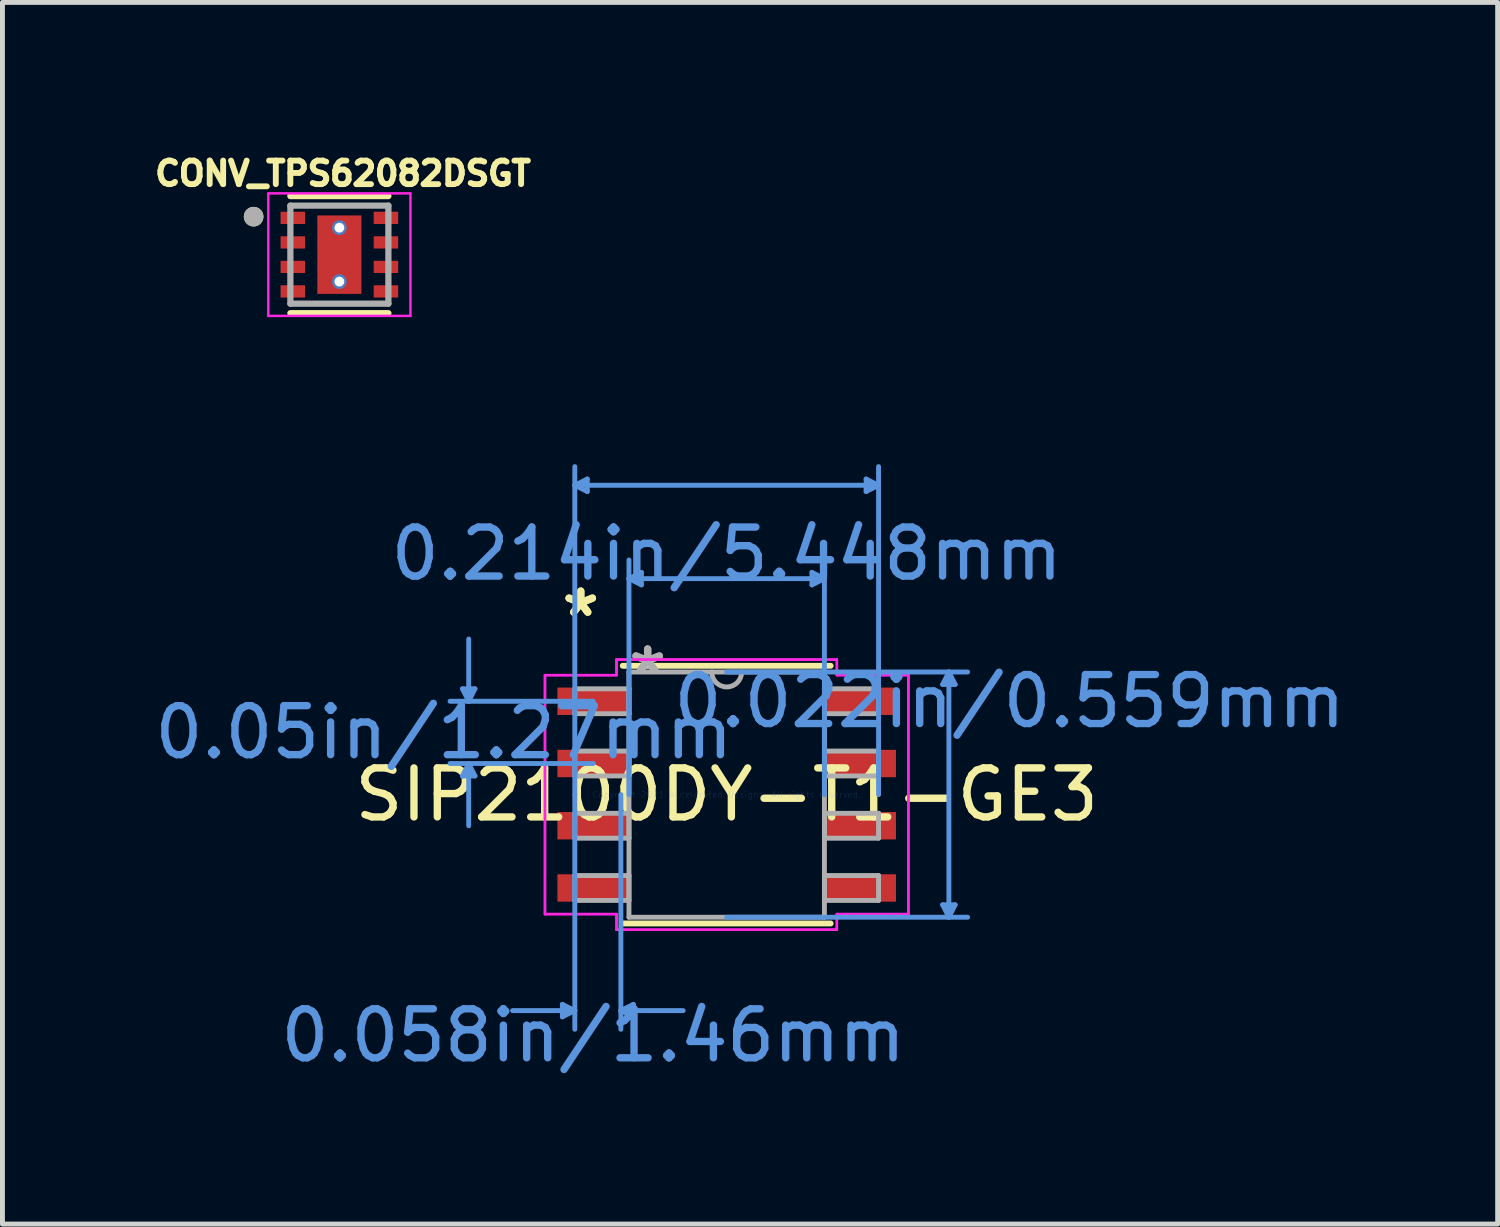
<source format=kicad_pcb>
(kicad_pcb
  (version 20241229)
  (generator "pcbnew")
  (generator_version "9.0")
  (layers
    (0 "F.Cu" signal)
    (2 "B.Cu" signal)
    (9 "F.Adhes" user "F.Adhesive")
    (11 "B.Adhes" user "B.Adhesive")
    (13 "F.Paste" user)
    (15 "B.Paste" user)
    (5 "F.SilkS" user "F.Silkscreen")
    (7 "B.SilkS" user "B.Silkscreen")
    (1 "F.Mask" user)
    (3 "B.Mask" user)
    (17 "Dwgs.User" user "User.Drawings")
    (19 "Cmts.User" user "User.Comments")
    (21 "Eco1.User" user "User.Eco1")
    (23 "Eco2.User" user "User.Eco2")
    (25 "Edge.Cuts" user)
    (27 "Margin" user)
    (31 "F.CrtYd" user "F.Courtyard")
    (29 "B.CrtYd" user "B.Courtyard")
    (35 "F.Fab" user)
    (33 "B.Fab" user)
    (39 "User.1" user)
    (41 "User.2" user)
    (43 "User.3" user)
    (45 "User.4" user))
  (footprint "SIP2100DY-T1-GE3"
    (layer "F.Cu")
    (at 11.778 13.164)
    (property "Reference" "SIP2100DY-T1-GE3" (at 0 0 0) (layer "F.SilkS") (effects (font (size 1 1) (thickness 0.15))))
    (attr through_hole)
    (fp_line (start -2.121 2.629) (end 2.121 2.629) (stroke (width 0.12) (type solid)) (layer "F.SilkS"))
    (fp_line (start 2.121 -2.629) (end -2.121 -2.629) (stroke (width 0.12) (type solid)) (layer "F.SilkS"))
    (fp_line (start -5.391 -2.159) (end -5.137 -2.159) (stroke (width 0.1) (type solid)) (layer "Cmts.User"))
    (fp_line (start -5.391 -0.381) (end -5.137 -0.381) (stroke (width 0.1) (type solid)) (layer "Cmts.User"))
    (fp_line (start -5.264 -1.905) (end -5.391 -2.159) (stroke (width 0.1) (type solid)) (layer "Cmts.User"))
    (fp_line (start -5.264 -1.905) (end -5.264 -3.175) (stroke (width 0.1) (type solid)) (layer "Cmts.User"))
    (fp_line (start -5.264 -1.905) (end -5.137 -2.159) (stroke (width 0.1) (type solid)) (layer "Cmts.User"))
    (fp_line (start -5.264 -0.635) (end -5.391 -0.381) (stroke (width 0.1) (type solid)) (layer "Cmts.User"))
    (fp_line (start -5.264 -0.635) (end -5.264 0.635) (stroke (width 0.1) (type solid)) (layer "Cmts.User"))
    (fp_line (start -5.264 -0.635) (end -5.137 -0.381) (stroke (width 0.1) (type solid)) (layer "Cmts.User"))
    (fp_line (start -3.353 4.28) (end -3.353 4.534) (stroke (width 0.1) (type solid)) (layer "Cmts.User"))
    (fp_line (start -3.099 -6.312) (end -2.845 -6.439) (stroke (width 0.1) (type solid)) (layer "Cmts.User"))
    (fp_line (start -3.099 -6.312) (end -2.845 -6.185) (stroke (width 0.1) (type solid)) (layer "Cmts.User"))
    (fp_line (start -3.099 -6.312) (end 3.099 -6.312) (stroke (width 0.1) (type solid)) (layer "Cmts.User"))
    (fp_line (start -3.099 0) (end -3.099 -6.693) (stroke (width 0.1) (type solid)) (layer "Cmts.User"))
    (fp_line (start -3.099 0) (end -3.099 4.788) (stroke (width 0.1) (type solid)) (layer "Cmts.User"))
    (fp_line (start -3.099 4.407) (end -4.369 4.407) (stroke (width 0.1) (type solid)) (layer "Cmts.User"))
    (fp_line (start -3.099 4.407) (end -3.353 4.28) (stroke (width 0.1) (type solid)) (layer "Cmts.User"))
    (fp_line (start -3.099 4.407) (end -3.353 4.534) (stroke (width 0.1) (type solid)) (layer "Cmts.User"))
    (fp_line (start -2.845 -6.439) (end -2.845 -6.185) (stroke (width 0.1) (type solid)) (layer "Cmts.User"))
    (fp_line (start -2.724 -1.905) (end -5.645 -1.905) (stroke (width 0.1) (type solid)) (layer "Cmts.User"))
    (fp_line (start -2.724 -0.635) (end -5.645 -0.635) (stroke (width 0.1) (type solid)) (layer "Cmts.User"))
    (fp_line (start -2.159 0) (end -2.159 4.788) (stroke (width 0.1) (type solid)) (layer "Cmts.User"))
    (fp_line (start -2.159 4.407) (end -1.905 4.28) (stroke (width 0.1) (type solid)) (layer "Cmts.User"))
    (fp_line (start -2.159 4.407) (end -1.905 4.534) (stroke (width 0.1) (type solid)) (layer "Cmts.User"))
    (fp_line (start -2.159 4.407) (end -0.889 4.407) (stroke (width 0.1) (type solid)) (layer "Cmts.User"))
    (fp_line (start -1.994 -4.407) (end -1.74 -4.534) (stroke (width 0.1) (type solid)) (layer "Cmts.User"))
    (fp_line (start -1.994 -4.407) (end -1.74 -4.28) (stroke (width 0.1) (type solid)) (layer "Cmts.User"))
    (fp_line (start -1.994 -4.407) (end 1.994 -4.407) (stroke (width 0.1) (type solid)) (layer "Cmts.User"))
    (fp_line (start -1.994 0) (end -1.994 -4.788) (stroke (width 0.1) (type solid)) (layer "Cmts.User"))
    (fp_line (start -1.905 4.28) (end -1.905 4.534) (stroke (width 0.1) (type solid)) (layer "Cmts.User"))
    (fp_line (start -1.74 -4.534) (end -1.74 -4.28) (stroke (width 0.1) (type solid)) (layer "Cmts.User"))
    (fp_line (start 0 -2.502) (end 4.915 -2.502) (stroke (width 0.1) (type solid)) (layer "Cmts.User"))
    (fp_line (start 0 2.502) (end 4.915 2.502) (stroke (width 0.1) (type solid)) (layer "Cmts.User"))
    (fp_line (start 1.74 -4.534) (end 1.74 -4.28) (stroke (width 0.1) (type solid)) (layer "Cmts.User"))
    (fp_line (start 1.994 -4.407) (end 1.74 -4.534) (stroke (width 0.1) (type solid)) (layer "Cmts.User"))
    (fp_line (start 1.994 -4.407) (end 1.74 -4.28) (stroke (width 0.1) (type solid)) (layer "Cmts.User"))
    (fp_line (start 1.994 0) (end 1.994 -4.788) (stroke (width 0.1) (type solid)) (layer "Cmts.User"))
    (fp_line (start 2.845 -6.439) (end 2.845 -6.185) (stroke (width 0.1) (type solid)) (layer "Cmts.User"))
    (fp_line (start 3.099 -6.312) (end 2.845 -6.439) (stroke (width 0.1) (type solid)) (layer "Cmts.User"))
    (fp_line (start 3.099 -6.312) (end 2.845 -6.185) (stroke (width 0.1) (type solid)) (layer "Cmts.User"))
    (fp_line (start 3.099 0) (end 3.099 -6.693) (stroke (width 0.1) (type solid)) (layer "Cmts.User"))
    (fp_line (start 4.407 -2.248) (end 4.661 -2.248) (stroke (width 0.1) (type solid)) (layer "Cmts.User"))
    (fp_line (start 4.407 2.248) (end 4.661 2.248) (stroke (width 0.1) (type solid)) (layer "Cmts.User"))
    (fp_line (start 4.534 -2.502) (end 4.407 -2.248) (stroke (width 0.1) (type solid)) (layer "Cmts.User"))
    (fp_line (start 4.534 -2.502) (end 4.534 2.502) (stroke (width 0.1) (type solid)) (layer "Cmts.User"))
    (fp_line (start 4.534 -2.502) (end 4.661 -2.248) (stroke (width 0.1) (type solid)) (layer "Cmts.User"))
    (fp_line (start 4.534 2.502) (end 4.407 2.248) (stroke (width 0.1) (type solid)) (layer "Cmts.User"))
    (fp_line (start 4.534 2.502) (end 4.661 2.248) (stroke (width 0.1) (type solid)) (layer "Cmts.User"))
    (fp_line (start -3.708 -2.438) (end -2.248 -2.438) (stroke (width 0.05) (type solid)) (layer "F.CrtYd"))
    (fp_line (start -3.708 -2.438) (end -2.248 -2.438) (stroke (width 0.05) (type solid)) (layer "F.CrtYd"))
    (fp_line (start -3.708 2.438) (end -3.708 -2.438) (stroke (width 0.05) (type solid)) (layer "F.CrtYd"))
    (fp_line (start -3.708 2.438) (end -3.708 -2.438) (stroke (width 0.05) (type solid)) (layer "F.CrtYd"))
    (fp_line (start -3.708 2.438) (end -2.248 2.438) (stroke (width 0.05) (type solid)) (layer "F.CrtYd"))
    (fp_line (start -2.248 -2.756) (end 2.248 -2.756) (stroke (width 0.05) (type solid)) (layer "F.CrtYd"))
    (fp_line (start -2.248 -2.756) (end 2.248 -2.756) (stroke (width 0.05) (type solid)) (layer "F.CrtYd"))
    (fp_line (start -2.248 -2.438) (end -2.248 -2.756) (stroke (width 0.05) (type solid)) (layer "F.CrtYd"))
    (fp_line (start -2.248 -2.438) (end -2.248 -2.756) (stroke (width 0.05) (type solid)) (layer "F.CrtYd"))
    (fp_line (start -2.248 2.438) (end -3.708 2.438) (stroke (width 0.05) (type solid)) (layer "F.CrtYd"))
    (fp_line (start -2.248 2.756) (end -2.248 2.438) (stroke (width 0.05) (type solid)) (layer "F.CrtYd"))
    (fp_line (start -2.248 2.756) (end -2.248 2.438) (stroke (width 0.05) (type solid)) (layer "F.CrtYd"))
    (fp_line (start 2.248 -2.756) (end 2.248 -2.438) (stroke (width 0.05) (type solid)) (layer "F.CrtYd"))
    (fp_line (start 2.248 -2.756) (end 2.248 -2.438) (stroke (width 0.05) (type solid)) (layer "F.CrtYd"))
    (fp_line (start 2.248 -2.438) (end 3.708 -2.438) (stroke (width 0.05) (type solid)) (layer "F.CrtYd"))
    (fp_line (start 2.248 2.438) (end 2.248 2.756) (stroke (width 0.05) (type solid)) (layer "F.CrtYd"))
    (fp_line (start 2.248 2.438) (end 2.248 2.756) (stroke (width 0.05) (type solid)) (layer "F.CrtYd"))
    (fp_line (start 2.248 2.756) (end -2.248 2.756) (stroke (width 0.05) (type solid)) (layer "F.CrtYd"))
    (fp_line (start 2.248 2.756) (end -2.248 2.756) (stroke (width 0.05) (type solid)) (layer "F.CrtYd"))
    (fp_line (start 3.708 -2.438) (end 2.248 -2.438) (stroke (width 0.05) (type solid)) (layer "F.CrtYd"))
    (fp_line (start 3.708 -2.438) (end 3.708 2.438) (stroke (width 0.05) (type solid)) (layer "F.CrtYd"))
    (fp_line (start 3.708 -2.438) (end 3.708 2.438) (stroke (width 0.05) (type solid)) (layer "F.CrtYd"))
    (fp_line (start 3.708 2.438) (end 2.248 2.438) (stroke (width 0.05) (type solid)) (layer "F.CrtYd"))
    (fp_line (start 3.708 2.438) (end 2.248 2.438) (stroke (width 0.05) (type solid)) (layer "F.CrtYd"))
    (fp_line (start -3.099 -2.159) (end -3.099 -1.651) (stroke (width 0.1) (type solid)) (layer "F.Fab"))
    (fp_line (start -3.099 -1.651) (end -1.994 -1.651) (stroke (width 0.1) (type solid)) (layer "F.Fab"))
    (fp_line (start -3.099 -0.889) (end -3.099 -0.381) (stroke (width 0.1) (type solid)) (layer "F.Fab"))
    (fp_line (start -3.099 -0.381) (end -1.994 -0.381) (stroke (width 0.1) (type solid)) (layer "F.Fab"))
    (fp_line (start -3.099 0.381) (end -3.099 0.889) (stroke (width 0.1) (type solid)) (layer "F.Fab"))
    (fp_line (start -3.099 0.889) (end -1.994 0.889) (stroke (width 0.1) (type solid)) (layer "F.Fab"))
    (fp_line (start -3.099 1.651) (end -3.099 2.159) (stroke (width 0.1) (type solid)) (layer "F.Fab"))
    (fp_line (start -3.099 2.159) (end -1.994 2.159) (stroke (width 0.1) (type solid)) (layer "F.Fab"))
    (fp_line (start -1.994 -2.502) (end -1.994 2.502) (stroke (width 0.1) (type solid)) (layer "F.Fab"))
    (fp_line (start -1.994 -2.159) (end -3.099 -2.159) (stroke (width 0.1) (type solid)) (layer "F.Fab"))
    (fp_line (start -1.994 -1.651) (end -1.994 -2.159) (stroke (width 0.1) (type solid)) (layer "F.Fab"))
    (fp_line (start -1.994 -0.889) (end -3.099 -0.889) (stroke (width 0.1) (type solid)) (layer "F.Fab"))
    (fp_line (start -1.994 -0.381) (end -1.994 -0.889) (stroke (width 0.1) (type solid)) (layer "F.Fab"))
    (fp_line (start -1.994 0.381) (end -3.099 0.381) (stroke (width 0.1) (type solid)) (layer "F.Fab"))
    (fp_line (start -1.994 0.889) (end -1.994 0.381) (stroke (width 0.1) (type solid)) (layer "F.Fab"))
    (fp_line (start -1.994 1.651) (end -3.099 1.651) (stroke (width 0.1) (type solid)) (layer "F.Fab"))
    (fp_line (start -1.994 2.159) (end -1.994 1.651) (stroke (width 0.1) (type solid)) (layer "F.Fab"))
    (fp_line (start -1.994 2.502) (end 1.994 2.502) (stroke (width 0.1) (type solid)) (layer "F.Fab"))
    (fp_line (start 1.994 -2.502) (end -1.994 -2.502) (stroke (width 0.1) (type solid)) (layer "F.Fab"))
    (fp_line (start 1.994 -2.159) (end 1.994 -1.651) (stroke (width 0.1) (type solid)) (layer "F.Fab"))
    (fp_line (start 1.994 -1.651) (end 3.099 -1.651) (stroke (width 0.1) (type solid)) (layer "F.Fab"))
    (fp_line (start 1.994 -0.889) (end 1.994 -0.381) (stroke (width 0.1) (type solid)) (layer "F.Fab"))
    (fp_line (start 1.994 -0.381) (end 3.099 -0.381) (stroke (width 0.1) (type solid)) (layer "F.Fab"))
    (fp_line (start 1.994 0.381) (end 1.994 0.889) (stroke (width 0.1) (type solid)) (layer "F.Fab"))
    (fp_line (start 1.994 0.889) (end 3.099 0.889) (stroke (width 0.1) (type solid)) (layer "F.Fab"))
    (fp_line (start 1.994 1.651) (end 1.994 2.159) (stroke (width 0.1) (type solid)) (layer "F.Fab"))
    (fp_line (start 1.994 2.159) (end 3.099 2.159) (stroke (width 0.1) (type solid)) (layer "F.Fab"))
    (fp_line (start 1.994 2.502) (end 1.994 -2.502) (stroke (width 0.1) (type solid)) (layer "F.Fab"))
    (fp_line (start 3.099 -2.159) (end 1.994 -2.159) (stroke (width 0.1) (type solid)) (layer "F.Fab"))
    (fp_line (start 3.099 -1.651) (end 3.099 -2.159) (stroke (width 0.1) (type solid)) (layer "F.Fab"))
    (fp_line (start 3.099 -0.889) (end 1.994 -0.889) (stroke (width 0.1) (type solid)) (layer "F.Fab"))
    (fp_line (start 3.099 -0.381) (end 3.099 -0.889) (stroke (width 0.1) (type solid)) (layer "F.Fab"))
    (fp_line (start 3.099 0.381) (end 1.994 0.381) (stroke (width 0.1) (type solid)) (layer "F.Fab"))
    (fp_line (start 3.099 0.889) (end 3.099 0.381) (stroke (width 0.1) (type solid)) (layer "F.Fab"))
    (fp_line (start 3.099 1.651) (end 1.994 1.651) (stroke (width 0.1) (type solid)) (layer "F.Fab"))
    (fp_line (start 3.099 2.159) (end 3.099 1.651) (stroke (width 0.1) (type solid)) (layer "F.Fab"))
    (fp_arc (start 0.3048 -2.5019) (mid 0 -2.1971) (end -0.3048 -2.5019) (stroke (width 0.1) (type solid)) (layer "F.Fab"))
    (fp_text user "*" (at -2.978 -3.607 0) (layer "F.SilkS") (effects (font (size 1 1) (thickness 0.15))))
    (fp_text user "*" (at -2.978 -3.607 0) (layer "F.SilkS") (effects (font (size 1 1) (thickness 0.15))))
    (fp_text user "0.05in/1.27mm" (at -5.772 -1.27 0) (layer "Cmts.User") (effects (font (size 1 1) (thickness 0.15))))
    (fp_text user "0.022in/0.559mm" (at 5.772 -1.905 0) (layer "Cmts.User") (effects (font (size 1 1) (thickness 0.15))))
    (fp_text user "Copyright 2021 Accelerated Designs. All rights reserved." (at 0 0 0) (layer "Cmts.User") (effects (font (size 0.127 0.127) (thickness 0.002))))
    (fp_text user "0.058in/1.46mm" (at -2.724 4.915 0) (layer "Cmts.User") (effects (font (size 1 1) (thickness 0.15))))
    (fp_text user "0.214in/5.448mm" (at 0 -4.915 0) (layer "Cmts.User") (effects (font (size 1 1) (thickness 0.15))))
    (fp_text user "*" (at -1.613 -2.426 0) (layer "F.Fab") (effects (font (size 1 1) (thickness 0.15))))
    (fp_text user "*" (at -1.613 -2.426 0) (layer "F.Fab") (effects (font (size 1 1) (thickness 0.15))))
    (pad "1" smd rect (at -2.724 -1.905) (size 1.46 0.559) (layers "F.Cu" "F.Mask" "F.Paste"))
    (pad "2" smd rect (at -2.724 -0.635) (size 1.46 0.559) (layers "F.Cu" "F.Mask" "F.Paste"))
    (pad "3" smd rect (at -2.724 0.635) (size 1.46 0.559) (layers "F.Cu" "F.Mask" "F.Paste"))
    (pad "4" smd rect (at -2.724 1.905) (size 1.46 0.559) (layers "F.Cu" "F.Mask" "F.Paste"))
    (pad "5" smd rect (at 2.724 1.905) (size 1.46 0.559) (layers "F.Cu" "F.Mask" "F.Paste"))
    (pad "6" smd rect (at 2.724 0.635) (size 1.46 0.559) (layers "F.Cu" "F.Mask" "F.Paste"))
    (pad "7" smd rect (at 2.724 -0.635) (size 1.46 0.559) (layers "F.Cu" "F.Mask" "F.Paste"))
    (pad "8" smd rect (at 2.724 -1.905) (size 1.46 0.559) (layers "F.Cu" "F.Mask" "F.Paste")))
  (footprint "CONV_TPS62082DSGT"
    (layer "F.Cu")
    (at 3.875 2.146)
    (property "Reference" "CONV_TPS62082DSGT" (at 0.074 -1.655 0) (layer "F.SilkS") (effects (font (size 0.48 0.48) (thickness 0.15))))
    (attr through_hole)
    (fp_line (start -1 -1.195) (end 1 -1.195) (stroke (width 0.127) (type solid)) (layer "F.SilkS"))
    (fp_line (start -1 1.195) (end 1 1.195) (stroke (width 0.127) (type solid)) (layer "F.SilkS"))
    (fp_circle (center -1.75 -0.775) (end -1.65 -0.775) (stroke (width 0.2) (type solid)) (fill no) (layer "F.SilkS"))
    (fp_poly (pts (xy -0.45 -0.8) (xy 0.45 -0.8) (xy 0.45 -0.1) (xy -0.45 -0.1)) (stroke (width 0.01) (type solid)) (fill yes) (layer "F.Paste"))
    (fp_poly (pts (xy -0.45 0.1) (xy 0.45 0.1) (xy 0.45 0.8) (xy -0.45 0.8)) (stroke (width 0.01) (type solid)) (fill yes) (layer "F.Paste"))
    (fp_line (start -1.45 -1.25) (end -1.45 1.25) (stroke (width 0.05) (type solid)) (layer "F.CrtYd"))
    (fp_line (start -1.45 1.25) (end 1.45 1.25) (stroke (width 0.05) (type solid)) (layer "F.CrtYd"))
    (fp_line (start 1.45 -1.25) (end -1.45 -1.25) (stroke (width 0.05) (type solid)) (layer "F.CrtYd"))
    (fp_line (start 1.45 1.25) (end 1.45 -1.25) (stroke (width 0.05) (type solid)) (layer "F.CrtYd"))
    (fp_line (start -1 -1) (end -1 1) (stroke (width 0.127) (type solid)) (layer "F.Fab"))
    (fp_line (start -1 -1) (end 1 -1) (stroke (width 0.127) (type solid)) (layer "F.Fab"))
    (fp_line (start -1 1) (end 1 1) (stroke (width 0.127) (type solid)) (layer "F.Fab"))
    (fp_line (start 1 -1) (end 1 1) (stroke (width 0.127) (type solid)) (layer "F.Fab"))
    (fp_circle (center -1.75 -0.775) (end -1.65 -0.775) (stroke (width 0.2) (type solid)) (fill no) (layer "F.Fab"))
    (pad "1" smd roundrect (at -0.95 -0.75) (size 0.5 0.25) (layers "F.Cu" "F.Mask" "F.Paste") (roundrect_rratio 0.03))
    (pad "2" smd roundrect (at -0.95 -0.25) (size 0.5 0.25) (layers "F.Cu" "F.Mask" "F.Paste") (roundrect_rratio 0.03))
    (pad "3" smd roundrect (at -0.95 0.25) (size 0.5 0.25) (layers "F.Cu" "F.Mask" "F.Paste") (roundrect_rratio 0.03))
    (pad "4" smd roundrect (at -0.95 0.75) (size 0.5 0.25) (layers "F.Cu" "F.Mask" "F.Paste") (roundrect_rratio 0.03))
    (pad "5" smd roundrect (at 0.95 0.75) (size 0.5 0.25) (layers "F.Cu" "F.Mask" "F.Paste") (roundrect_rratio 0.03))
    (pad "6" smd roundrect (at 0.95 0.25) (size 0.5 0.25) (layers "F.Cu" "F.Mask" "F.Paste") (roundrect_rratio 0.03))
    (pad "7" smd roundrect (at 0.95 -0.25) (size 0.5 0.25) (layers "F.Cu" "F.Mask" "F.Paste") (roundrect_rratio 0.03))
    (pad "8" smd roundrect (at 0.95 -0.75) (size 0.5 0.25) (layers "F.Cu" "F.Mask" "F.Paste") (roundrect_rratio 0.03))
    (pad "9" smd rect (at 0 0) (size 0.9 1.6) (layers "F.Cu" "F.Mask"))
    (pad "9_1" thru_hole circle (at 0 -0.55) (size 0.3 0.3) (drill 0.2) (layers "*.Cu"))
    (pad "9_2" thru_hole circle (at 0 0.55) (size 0.3 0.3) (drill 0.2) (layers "*.Cu")))
  (gr_rect
    (start -3 -3)
    (end 27.509 21.927)
    (stroke (width 0.1) (type default))
    (fill no)
    (layer "Edge.Cuts")))
</source>
